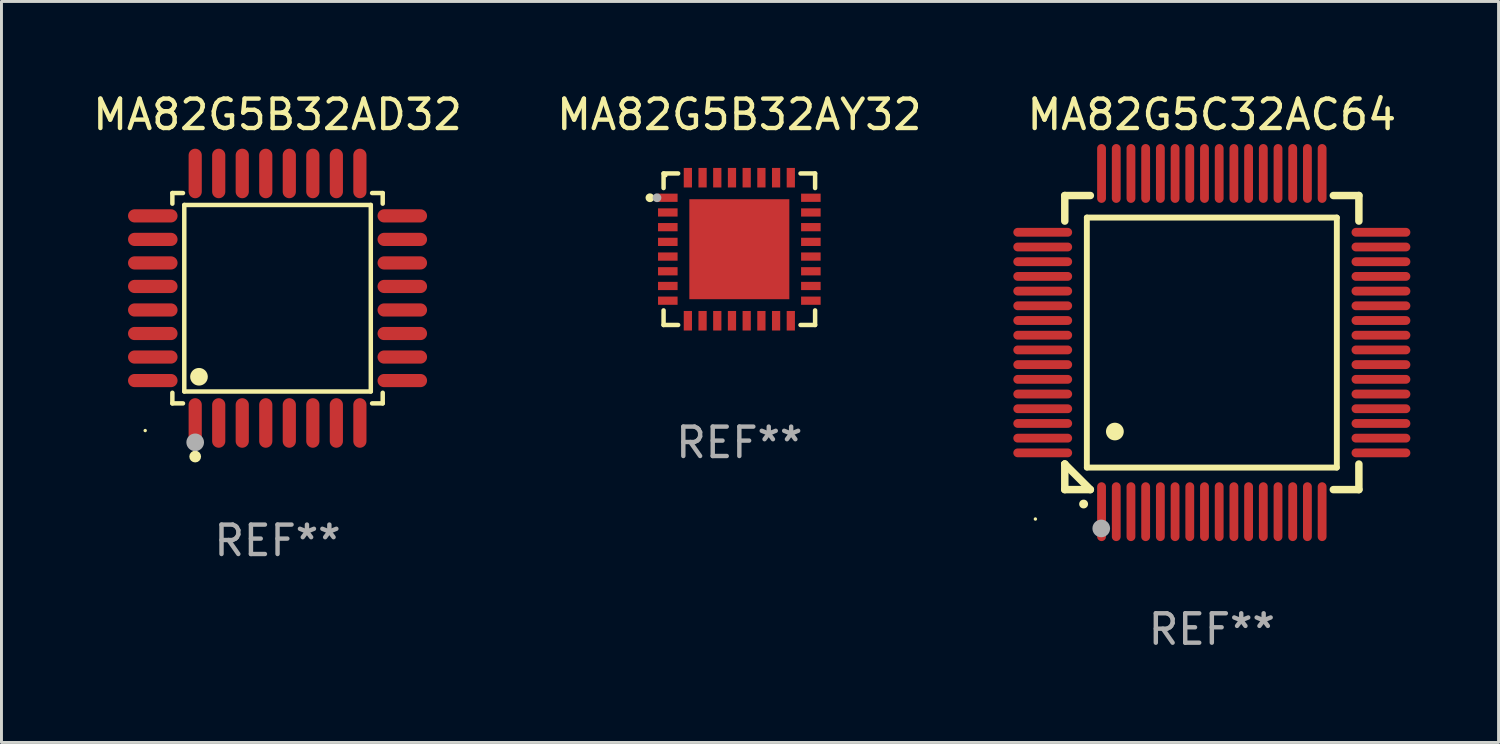
<source format=kicad_pcb>
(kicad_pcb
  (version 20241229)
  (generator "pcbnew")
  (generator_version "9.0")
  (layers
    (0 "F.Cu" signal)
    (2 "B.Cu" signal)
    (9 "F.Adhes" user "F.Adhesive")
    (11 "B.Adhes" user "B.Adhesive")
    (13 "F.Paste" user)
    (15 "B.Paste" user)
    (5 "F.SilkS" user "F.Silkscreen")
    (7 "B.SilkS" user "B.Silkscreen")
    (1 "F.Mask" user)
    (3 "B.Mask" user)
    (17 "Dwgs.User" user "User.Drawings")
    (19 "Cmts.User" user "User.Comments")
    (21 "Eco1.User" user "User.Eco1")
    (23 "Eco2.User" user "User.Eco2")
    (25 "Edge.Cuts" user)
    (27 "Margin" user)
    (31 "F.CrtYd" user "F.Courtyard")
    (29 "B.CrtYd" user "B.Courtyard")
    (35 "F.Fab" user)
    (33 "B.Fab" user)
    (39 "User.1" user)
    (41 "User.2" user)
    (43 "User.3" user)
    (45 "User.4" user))
  (footprint "MA82G5B32AD32"
    (layer "F.Cu")
    (at 6.387 7.09)
    (property "Reference" "MA82G5B32AD32" (at 0 -6.242 0) (layer "F.SilkS") (effects (font (size 1 1) (thickness 0.15))))
    (attr through_hole)
    (fp_line (start -3.576 -3.576) (end -3.215 -3.576) (stroke (width 0.152) (type solid)) (layer "F.SilkS"))
    (fp_line (start -3.576 -3.215) (end -3.576 -3.576) (stroke (width 0.152) (type solid)) (layer "F.SilkS"))
    (fp_line (start -3.576 3.215) (end -3.576 3.576) (stroke (width 0.152) (type solid)) (layer "F.SilkS"))
    (fp_line (start -3.576 3.576) (end -3.215 3.576) (stroke (width 0.152) (type solid)) (layer "F.SilkS"))
    (fp_line (start -3.171 -3.171) (end 3.171 -3.171) (stroke (width 0.152) (type solid)) (layer "F.SilkS"))
    (fp_line (start -3.171 3.171) (end -3.171 -3.171) (stroke (width 0.152) (type solid)) (layer "F.SilkS"))
    (fp_line (start 3.171 -3.171) (end 3.171 3.171) (stroke (width 0.152) (type solid)) (layer "F.SilkS"))
    (fp_line (start 3.171 3.171) (end -3.171 3.171) (stroke (width 0.152) (type solid)) (layer "F.SilkS"))
    (fp_line (start 3.576 -3.576) (end 3.215 -3.576) (stroke (width 0.152) (type solid)) (layer "F.SilkS"))
    (fp_line (start 3.576 -3.215) (end 3.576 -3.576) (stroke (width 0.152) (type solid)) (layer "F.SilkS"))
    (fp_line (start 3.576 3.215) (end 3.576 3.576) (stroke (width 0.152) (type solid)) (layer "F.SilkS"))
    (fp_line (start 3.576 3.576) (end 3.215 3.576) (stroke (width 0.152) (type solid)) (layer "F.SilkS"))
    (fp_circle (center -4.5 4.5) (end -4.47 4.5) (stroke (width 0.06) (type solid)) (fill no) (layer "F.SilkS"))
    (fp_circle (center -2.8 5.384) (end -2.7 5.384) (stroke (width 0.2) (type solid)) (fill no) (layer "F.SilkS"))
    (fp_circle (center -2.671 2.671) (end -2.521 2.671) (stroke (width 0.3) (type solid)) (fill no) (layer "F.SilkS"))
    (fp_circle (center -2.8 4.9) (end -2.65 4.9) (stroke (width 0.3) (type solid)) (fill no) (layer "F.Fab"))
    (fp_text user "REF**" (at 0 8.242 0) (layer "F.Fab") (effects (font (size 1 1) (thickness 0.15))))
    (pad "1" smd oval (at -2.8 4.242) (size 0.448 1.684) (layers "F.Cu" "F.Mask" "F.Paste"))
    (pad "2" smd oval (at -2 4.242) (size 0.448 1.684) (layers "F.Cu" "F.Mask" "F.Paste"))
    (pad "3" smd oval (at -1.2 4.242) (size 0.448 1.684) (layers "F.Cu" "F.Mask" "F.Paste"))
    (pad "4" smd oval (at -0.4 4.242) (size 0.448 1.684) (layers "F.Cu" "F.Mask" "F.Paste"))
    (pad "5" smd oval (at 0.4 4.242) (size 0.448 1.684) (layers "F.Cu" "F.Mask" "F.Paste"))
    (pad "6" smd oval (at 1.2 4.242) (size 0.448 1.684) (layers "F.Cu" "F.Mask" "F.Paste"))
    (pad "7" smd oval (at 2 4.242) (size 0.448 1.684) (layers "F.Cu" "F.Mask" "F.Paste"))
    (pad "8" smd oval (at 2.8 4.242) (size 0.448 1.684) (layers "F.Cu" "F.Mask" "F.Paste"))
    (pad "9" smd oval (at 4.242 2.8) (size 1.684 0.448) (layers "F.Cu" "F.Mask" "F.Paste"))
    (pad "10" smd oval (at 4.242 2) (size 1.684 0.448) (layers "F.Cu" "F.Mask" "F.Paste"))
    (pad "11" smd oval (at 4.242 1.2) (size 1.684 0.448) (layers "F.Cu" "F.Mask" "F.Paste"))
    (pad "12" smd oval (at 4.242 0.4) (size 1.684 0.448) (layers "F.Cu" "F.Mask" "F.Paste"))
    (pad "13" smd oval (at 4.242 -0.4) (size 1.684 0.448) (layers "F.Cu" "F.Mask" "F.Paste"))
    (pad "14" smd oval (at 4.242 -1.2) (size 1.684 0.448) (layers "F.Cu" "F.Mask" "F.Paste"))
    (pad "15" smd oval (at 4.242 -2) (size 1.684 0.448) (layers "F.Cu" "F.Mask" "F.Paste"))
    (pad "16" smd oval (at 4.242 -2.8) (size 1.684 0.448) (layers "F.Cu" "F.Mask" "F.Paste"))
    (pad "17" smd oval (at 2.8 -4.242) (size 0.448 1.684) (layers "F.Cu" "F.Mask" "F.Paste"))
    (pad "18" smd oval (at 2 -4.242) (size 0.448 1.684) (layers "F.Cu" "F.Mask" "F.Paste"))
    (pad "19" smd oval (at 1.2 -4.242) (size 0.448 1.684) (layers "F.Cu" "F.Mask" "F.Paste"))
    (pad "20" smd oval (at 0.4 -4.242) (size 0.448 1.684) (layers "F.Cu" "F.Mask" "F.Paste"))
    (pad "21" smd oval (at -0.4 -4.242) (size 0.448 1.684) (layers "F.Cu" "F.Mask" "F.Paste"))
    (pad "22" smd oval (at -1.2 -4.242) (size 0.448 1.684) (layers "F.Cu" "F.Mask" "F.Paste"))
    (pad "23" smd oval (at -2 -4.242) (size 0.448 1.684) (layers "F.Cu" "F.Mask" "F.Paste"))
    (pad "24" smd oval (at -2.8 -4.242) (size 0.448 1.684) (layers "F.Cu" "F.Mask" "F.Paste"))
    (pad "25" smd oval (at -4.242 -2.8) (size 1.684 0.448) (layers "F.Cu" "F.Mask" "F.Paste"))
    (pad "26" smd oval (at -4.242 -2) (size 1.684 0.448) (layers "F.Cu" "F.Mask" "F.Paste"))
    (pad "27" smd oval (at -4.242 -1.2) (size 1.684 0.448) (layers "F.Cu" "F.Mask" "F.Paste"))
    (pad "28" smd oval (at -4.242 -0.4) (size 1.684 0.448) (layers "F.Cu" "F.Mask" "F.Paste"))
    (pad "29" smd oval (at -4.242 0.4) (size 1.684 0.448) (layers "F.Cu" "F.Mask" "F.Paste"))
    (pad "30" smd oval (at -4.242 1.2) (size 1.684 0.448) (layers "F.Cu" "F.Mask" "F.Paste"))
    (pad "31" smd oval (at -4.242 2) (size 1.684 0.448) (layers "F.Cu" "F.Mask" "F.Paste"))
    (pad "32" smd oval (at -4.242 2.8) (size 1.684 0.448) (layers "F.Cu" "F.Mask" "F.Paste")))
  (footprint "MA82G5C32AC64"
    (layer "F.Cu")
    (at 38.155 8.598)
    (property "Reference" "MA82G5C32AC64" (at 0 -7.75 0) (layer "F.SilkS") (effects (font (size 1 1) (thickness 0.15))))
    (attr through_hole)
    (fp_line (start -5 -5) (end -4.131 -5) (stroke (width 0.254) (type solid)) (layer "F.SilkS"))
    (fp_line (start -5 -4.131) (end -5 -5) (stroke (width 0.254) (type solid)) (layer "F.SilkS"))
    (fp_line (start -5 4.131) (end -5 4.131) (stroke (width 0.254) (type solid)) (layer "F.SilkS"))
    (fp_line (start -5 5) (end -5 4.131) (stroke (width 0.254) (type solid)) (layer "F.SilkS"))
    (fp_line (start -5 4.131) (end -4.131 5) (stroke (width 0.254) (type solid)) (layer "F.SilkS"))
    (fp_line (start -4.25 -4.25) (end -4.25 4.25) (stroke (width 0.2) (type solid)) (layer "F.SilkS"))
    (fp_line (start -4.25 4.25) (end 4.25 4.25) (stroke (width 0.2) (type solid)) (layer "F.SilkS"))
    (fp_line (start -4.131 5) (end -5 5) (stroke (width 0.254) (type solid)) (layer "F.SilkS"))
    (fp_line (start 4.25 -4.25) (end -4.25 -4.25) (stroke (width 0.2) (type solid)) (layer "F.SilkS"))
    (fp_line (start 4.25 4.25) (end 4.25 -4.25) (stroke (width 0.2) (type solid)) (layer "F.SilkS"))
    (fp_line (start 5 -5) (end 4.131 -5) (stroke (width 0.254) (type solid)) (layer "F.SilkS"))
    (fp_line (start 5 -5) (end 5 -4.131) (stroke (width 0.254) (type solid)) (layer "F.SilkS"))
    (fp_line (start 5 4.131) (end 5 5) (stroke (width 0.254) (type solid)) (layer "F.SilkS"))
    (fp_line (start 5 5) (end 4.131 5) (stroke (width 0.254) (type solid)) (layer "F.SilkS"))
    (fp_arc (start -4.361265 5.489992) (mid -4.359995 5.489987) (end -4.358725 5.489992) (stroke (width 0.3) (type solid)) (layer "F.SilkS"))
    (fp_arc (start -3.299467 3.025146) (mid -3.296927 3.025135) (end -3.294387 3.025146) (stroke (width 0.6) (type solid)) (layer "F.SilkS"))
    (fp_circle (center -6 6) (end -5.97 6) (stroke (width 0.06) (type solid)) (fill no) (layer "F.SilkS"))
    (fp_circle (center -3.76 6.32) (end -3.61 6.32) (stroke (width 0.3) (type solid)) (fill no) (layer "F.Fab"))
    (fp_text user "REF**" (at 0 9.75 0) (layer "F.Fab") (effects (font (size 1 1) (thickness 0.15))))
    (pad "1" smd oval (at -3.75 5.75) (size 0.3 2) (layers "F.Cu" "F.Mask" "F.Paste"))
    (pad "2" smd oval (at -3.25 5.75) (size 0.3 2) (layers "F.Cu" "F.Mask" "F.Paste"))
    (pad "3" smd oval (at -2.75 5.75) (size 0.3 2) (layers "F.Cu" "F.Mask" "F.Paste"))
    (pad "4" smd oval (at -2.25 5.75) (size 0.3 2) (layers "F.Cu" "F.Mask" "F.Paste"))
    (pad "5" smd oval (at -1.75 5.75) (size 0.3 2) (layers "F.Cu" "F.Mask" "F.Paste"))
    (pad "6" smd oval (at -1.25 5.75) (size 0.3 2) (layers "F.Cu" "F.Mask" "F.Paste"))
    (pad "7" smd oval (at -0.75 5.75) (size 0.3 2) (layers "F.Cu" "F.Mask" "F.Paste"))
    (pad "8" smd oval (at -0.25 5.75) (size 0.3 2) (layers "F.Cu" "F.Mask" "F.Paste"))
    (pad "9" smd oval (at 0.25 5.75) (size 0.3 2) (layers "F.Cu" "F.Mask" "F.Paste"))
    (pad "10" smd oval (at 0.75 5.75) (size 0.3 2) (layers "F.Cu" "F.Mask" "F.Paste"))
    (pad "11" smd oval (at 1.25 5.75) (size 0.3 2) (layers "F.Cu" "F.Mask" "F.Paste"))
    (pad "12" smd oval (at 1.75 5.75) (size 0.3 2) (layers "F.Cu" "F.Mask" "F.Paste"))
    (pad "13" smd oval (at 2.25 5.75) (size 0.3 2) (layers "F.Cu" "F.Mask" "F.Paste"))
    (pad "14" smd oval (at 2.75 5.75) (size 0.3 2) (layers "F.Cu" "F.Mask" "F.Paste"))
    (pad "15" smd oval (at 3.25 5.75) (size 0.3 2) (layers "F.Cu" "F.Mask" "F.Paste"))
    (pad "16" smd oval (at 3.75 5.75) (size 0.3 2) (layers "F.Cu" "F.Mask" "F.Paste"))
    (pad "17" smd oval (at 5.75 3.75) (size 2 0.3) (layers "F.Cu" "F.Mask" "F.Paste"))
    (pad "18" smd oval (at 5.75 3.25) (size 2 0.3) (layers "F.Cu" "F.Mask" "F.Paste"))
    (pad "19" smd oval (at 5.75 2.75) (size 2 0.3) (layers "F.Cu" "F.Mask" "F.Paste"))
    (pad "20" smd oval (at 5.75 2.25) (size 2 0.3) (layers "F.Cu" "F.Mask" "F.Paste"))
    (pad "21" smd oval (at 5.75 1.75) (size 2 0.3) (layers "F.Cu" "F.Mask" "F.Paste"))
    (pad "22" smd oval (at 5.75 1.25) (size 2 0.3) (layers "F.Cu" "F.Mask" "F.Paste"))
    (pad "23" smd oval (at 5.75 0.75) (size 2 0.3) (layers "F.Cu" "F.Mask" "F.Paste"))
    (pad "24" smd oval (at 5.75 0.25) (size 2 0.3) (layers "F.Cu" "F.Mask" "F.Paste"))
    (pad "25" smd oval (at 5.75 -0.25) (size 2 0.3) (layers "F.Cu" "F.Mask" "F.Paste"))
    (pad "26" smd oval (at 5.75 -0.75) (size 2 0.3) (layers "F.Cu" "F.Mask" "F.Paste"))
    (pad "27" smd oval (at 5.75 -1.25) (size 2 0.3) (layers "F.Cu" "F.Mask" "F.Paste"))
    (pad "28" smd oval (at 5.75 -1.75) (size 2 0.3) (layers "F.Cu" "F.Mask" "F.Paste"))
    (pad "29" smd oval (at 5.75 -2.25) (size 2 0.3) (layers "F.Cu" "F.Mask" "F.Paste"))
    (pad "30" smd oval (at 5.75 -2.75) (size 2 0.3) (layers "F.Cu" "F.Mask" "F.Paste"))
    (pad "31" smd oval (at 5.75 -3.25) (size 2 0.3) (layers "F.Cu" "F.Mask" "F.Paste"))
    (pad "32" smd oval (at 5.75 -3.75) (size 2 0.3) (layers "F.Cu" "F.Mask" "F.Paste"))
    (pad "33" smd oval (at 3.75 -5.75) (size 0.3 2) (layers "F.Cu" "F.Mask" "F.Paste"))
    (pad "34" smd oval (at 3.25 -5.75) (size 0.3 2) (layers "F.Cu" "F.Mask" "F.Paste"))
    (pad "35" smd oval (at 2.75 -5.75) (size 0.3 2) (layers "F.Cu" "F.Mask" "F.Paste"))
    (pad "36" smd oval (at 2.25 -5.75) (size 0.3 2) (layers "F.Cu" "F.Mask" "F.Paste"))
    (pad "37" smd oval (at 1.75 -5.75) (size 0.3 2) (layers "F.Cu" "F.Mask" "F.Paste"))
    (pad "38" smd oval (at 1.25 -5.75) (size 0.3 2) (layers "F.Cu" "F.Mask" "F.Paste"))
    (pad "39" smd oval (at 0.75 -5.75) (size 0.3 2) (layers "F.Cu" "F.Mask" "F.Paste"))
    (pad "40" smd oval (at 0.25 -5.75) (size 0.3 2) (layers "F.Cu" "F.Mask" "F.Paste"))
    (pad "41" smd oval (at -0.25 -5.75) (size 0.3 2) (layers "F.Cu" "F.Mask" "F.Paste"))
    (pad "42" smd oval (at -0.75 -5.75) (size 0.3 2) (layers "F.Cu" "F.Mask" "F.Paste"))
    (pad "43" smd oval (at -1.25 -5.75) (size 0.3 2) (layers "F.Cu" "F.Mask" "F.Paste"))
    (pad "44" smd oval (at -1.75 -5.75) (size 0.3 2) (layers "F.Cu" "F.Mask" "F.Paste"))
    (pad "45" smd oval (at -2.25 -5.75) (size 0.3 2) (layers "F.Cu" "F.Mask" "F.Paste"))
    (pad "46" smd oval (at -2.75 -5.75) (size 0.3 2) (layers "F.Cu" "F.Mask" "F.Paste"))
    (pad "47" smd oval (at -3.25 -5.75) (size 0.3 2) (layers "F.Cu" "F.Mask" "F.Paste"))
    (pad "48" smd oval (at -3.75 -5.75) (size 0.3 2) (layers "F.Cu" "F.Mask" "F.Paste"))
    (pad "49" smd oval (at -5.75 -3.75) (size 2 0.3) (layers "F.Cu" "F.Mask" "F.Paste"))
    (pad "50" smd oval (at -5.75 -3.25) (size 2 0.3) (layers "F.Cu" "F.Mask" "F.Paste"))
    (pad "51" smd oval (at -5.75 -2.75) (size 2 0.3) (layers "F.Cu" "F.Mask" "F.Paste"))
    (pad "52" smd oval (at -5.75 -2.25) (size 2 0.3) (layers "F.Cu" "F.Mask" "F.Paste"))
    (pad "53" smd oval (at -5.75 -1.75) (size 2 0.3) (layers "F.Cu" "F.Mask" "F.Paste"))
    (pad "54" smd oval (at -5.75 -1.25) (size 2 0.3) (layers "F.Cu" "F.Mask" "F.Paste"))
    (pad "55" smd oval (at -5.75 -0.75) (size 2 0.3) (layers "F.Cu" "F.Mask" "F.Paste"))
    (pad "56" smd oval (at -5.75 -0.25) (size 2 0.3) (layers "F.Cu" "F.Mask" "F.Paste"))
    (pad "57" smd oval (at -5.75 0.25) (size 2 0.3) (layers "F.Cu" "F.Mask" "F.Paste"))
    (pad "58" smd oval (at -5.75 0.75) (size 2 0.3) (layers "F.Cu" "F.Mask" "F.Paste"))
    (pad "59" smd oval (at -5.75 1.25) (size 2 0.3) (layers "F.Cu" "F.Mask" "F.Paste"))
    (pad "60" smd oval (at -5.75 1.75) (size 2 0.3) (layers "F.Cu" "F.Mask" "F.Paste"))
    (pad "61" smd oval (at -5.75 2.25) (size 2 0.3) (layers "F.Cu" "F.Mask" "F.Paste"))
    (pad "62" smd oval (at -5.75 2.75) (size 2 0.3) (layers "F.Cu" "F.Mask" "F.Paste"))
    (pad "63" smd oval (at -5.75 3.25) (size 2 0.3) (layers "F.Cu" "F.Mask" "F.Paste"))
    (pad "64" smd oval (at -5.75 3.75) (size 2 0.3) (layers "F.Cu" "F.Mask" "F.Paste")))
  (footprint "MA82G5B32AY32"
    (layer "F.Cu")
    (at 22.089 5.424)
    (property "Reference" "MA82G5B32AY32" (at 0 -4.576 0) (layer "F.SilkS") (effects (font (size 1 1) (thickness 0.15))))
    (attr through_hole)
    (fp_line (start -2.576 -2.576) (end -2.576 -2.08) (stroke (width 0.152) (type solid)) (layer "F.SilkS"))
    (fp_line (start -2.576 2.576) (end -2.576 2.08) (stroke (width 0.152) (type solid)) (layer "F.SilkS"))
    (fp_line (start -2.08 -2.576) (end -2.576 -2.576) (stroke (width 0.152) (type solid)) (layer "F.SilkS"))
    (fp_line (start -2.08 2.576) (end -2.576 2.576) (stroke (width 0.152) (type solid)) (layer "F.SilkS"))
    (fp_line (start 2.08 -2.576) (end 2.576 -2.576) (stroke (width 0.152) (type solid)) (layer "F.SilkS"))
    (fp_line (start 2.08 2.576) (end 2.576 2.576) (stroke (width 0.152) (type solid)) (layer "F.SilkS"))
    (fp_line (start 2.576 -2.576) (end 2.576 -2.08) (stroke (width 0.152) (type solid)) (layer "F.SilkS"))
    (fp_line (start 2.576 2.576) (end 2.576 2.08) (stroke (width 0.152) (type solid)) (layer "F.SilkS"))
    (fp_circle (center -3.04 -1.75) (end -2.965 -1.75) (stroke (width 0.15) (type solid)) (fill no) (layer "F.SilkS"))
    (fp_circle (center -2.5 -2.5) (end -2.47 -2.5) (stroke (width 0.06) (type solid)) (fill no) (layer "F.SilkS"))
    (fp_circle (center -2.8 -1.75) (end -2.725 -1.75) (stroke (width 0.15) (type solid)) (fill no) (layer "F.Fab"))
    (fp_text user "REF**" (at 0 6.576 0) (layer "F.Fab") (effects (font (size 1 1) (thickness 0.15))))
    (pad "1" smd rect (at -2.432 -1.75) (size 0.665 0.28) (layers "F.Cu" "F.Mask" "F.Paste"))
    (pad "2" smd rect (at -2.432 -1.25) (size 0.665 0.28) (layers "F.Cu" "F.Mask" "F.Paste"))
    (pad "3" smd rect (at -2.432 -0.75) (size 0.665 0.28) (layers "F.Cu" "F.Mask" "F.Paste"))
    (pad "4" smd rect (at -2.432 -0.25) (size 0.665 0.28) (layers "F.Cu" "F.Mask" "F.Paste"))
    (pad "5" smd rect (at -2.432 0.25) (size 0.665 0.28) (layers "F.Cu" "F.Mask" "F.Paste"))
    (pad "6" smd rect (at -2.432 0.75) (size 0.665 0.28) (layers "F.Cu" "F.Mask" "F.Paste"))
    (pad "7" smd rect (at -2.432 1.25) (size 0.665 0.28) (layers "F.Cu" "F.Mask" "F.Paste"))
    (pad "8" smd rect (at -2.432 1.75) (size 0.665 0.28) (layers "F.Cu" "F.Mask" "F.Paste"))
    (pad "9" smd rect (at -1.75 2.432) (size 0.28 0.665) (layers "F.Cu" "F.Mask" "F.Paste"))
    (pad "10" smd rect (at -1.25 2.432) (size 0.28 0.665) (layers "F.Cu" "F.Mask" "F.Paste"))
    (pad "11" smd rect (at -0.75 2.432) (size 0.28 0.665) (layers "F.Cu" "F.Mask" "F.Paste"))
    (pad "12" smd rect (at -0.25 2.432) (size 0.28 0.665) (layers "F.Cu" "F.Mask" "F.Paste"))
    (pad "13" smd rect (at 0.25 2.432) (size 0.28 0.665) (layers "F.Cu" "F.Mask" "F.Paste"))
    (pad "14" smd rect (at 0.75 2.432) (size 0.28 0.665) (layers "F.Cu" "F.Mask" "F.Paste"))
    (pad "15" smd rect (at 1.25 2.432) (size 0.28 0.665) (layers "F.Cu" "F.Mask" "F.Paste"))
    (pad "16" smd rect (at 1.75 2.432) (size 0.28 0.665) (layers "F.Cu" "F.Mask" "F.Paste"))
    (pad "17" smd rect (at 2.432 1.75) (size 0.665 0.28) (layers "F.Cu" "F.Mask" "F.Paste"))
    (pad "18" smd rect (at 2.432 1.25) (size 0.665 0.28) (layers "F.Cu" "F.Mask" "F.Paste"))
    (pad "19" smd rect (at 2.432 0.75) (size 0.665 0.28) (layers "F.Cu" "F.Mask" "F.Paste"))
    (pad "20" smd rect (at 2.432 0.25) (size 0.665 0.28) (layers "F.Cu" "F.Mask" "F.Paste"))
    (pad "21" smd rect (at 2.432 -0.25) (size 0.665 0.28) (layers "F.Cu" "F.Mask" "F.Paste"))
    (pad "22" smd rect (at 2.432 -0.75) (size 0.665 0.28) (layers "F.Cu" "F.Mask" "F.Paste"))
    (pad "23" smd rect (at 2.432 -1.25) (size 0.665 0.28) (layers "F.Cu" "F.Mask" "F.Paste"))
    (pad "24" smd rect (at 2.432 -1.75) (size 0.665 0.28) (layers "F.Cu" "F.Mask" "F.Paste"))
    (pad "25" smd rect (at 1.75 -2.432) (size 0.28 0.665) (layers "F.Cu" "F.Mask" "F.Paste"))
    (pad "26" smd rect (at 1.25 -2.432) (size 0.28 0.665) (layers "F.Cu" "F.Mask" "F.Paste"))
    (pad "27" smd rect (at 0.75 -2.432) (size 0.28 0.665) (layers "F.Cu" "F.Mask" "F.Paste"))
    (pad "28" smd rect (at 0.25 -2.432) (size 0.28 0.665) (layers "F.Cu" "F.Mask" "F.Paste"))
    (pad "29" smd rect (at -0.25 -2.432) (size 0.28 0.665) (layers "F.Cu" "F.Mask" "F.Paste"))
    (pad "30" smd rect (at -0.75 -2.432) (size 0.28 0.665) (layers "F.Cu" "F.Mask" "F.Paste"))
    (pad "31" smd rect (at -1.25 -2.432) (size 0.28 0.665) (layers "F.Cu" "F.Mask" "F.Paste"))
    (pad "32" smd rect (at -1.75 -2.432) (size 0.28 0.665) (layers "F.Cu" "F.Mask" "F.Paste"))
    (pad "33" smd rect (at 0 0) (size 3.4 3.4) (layers "F.Cu" "F.Mask" "F.Paste")))
  (gr_rect
    (start -3 -3)
    (end 47.904 22.196)
    (stroke (width 0.1) (type default))
    (fill no)
    (layer "Edge.Cuts")))
</source>
